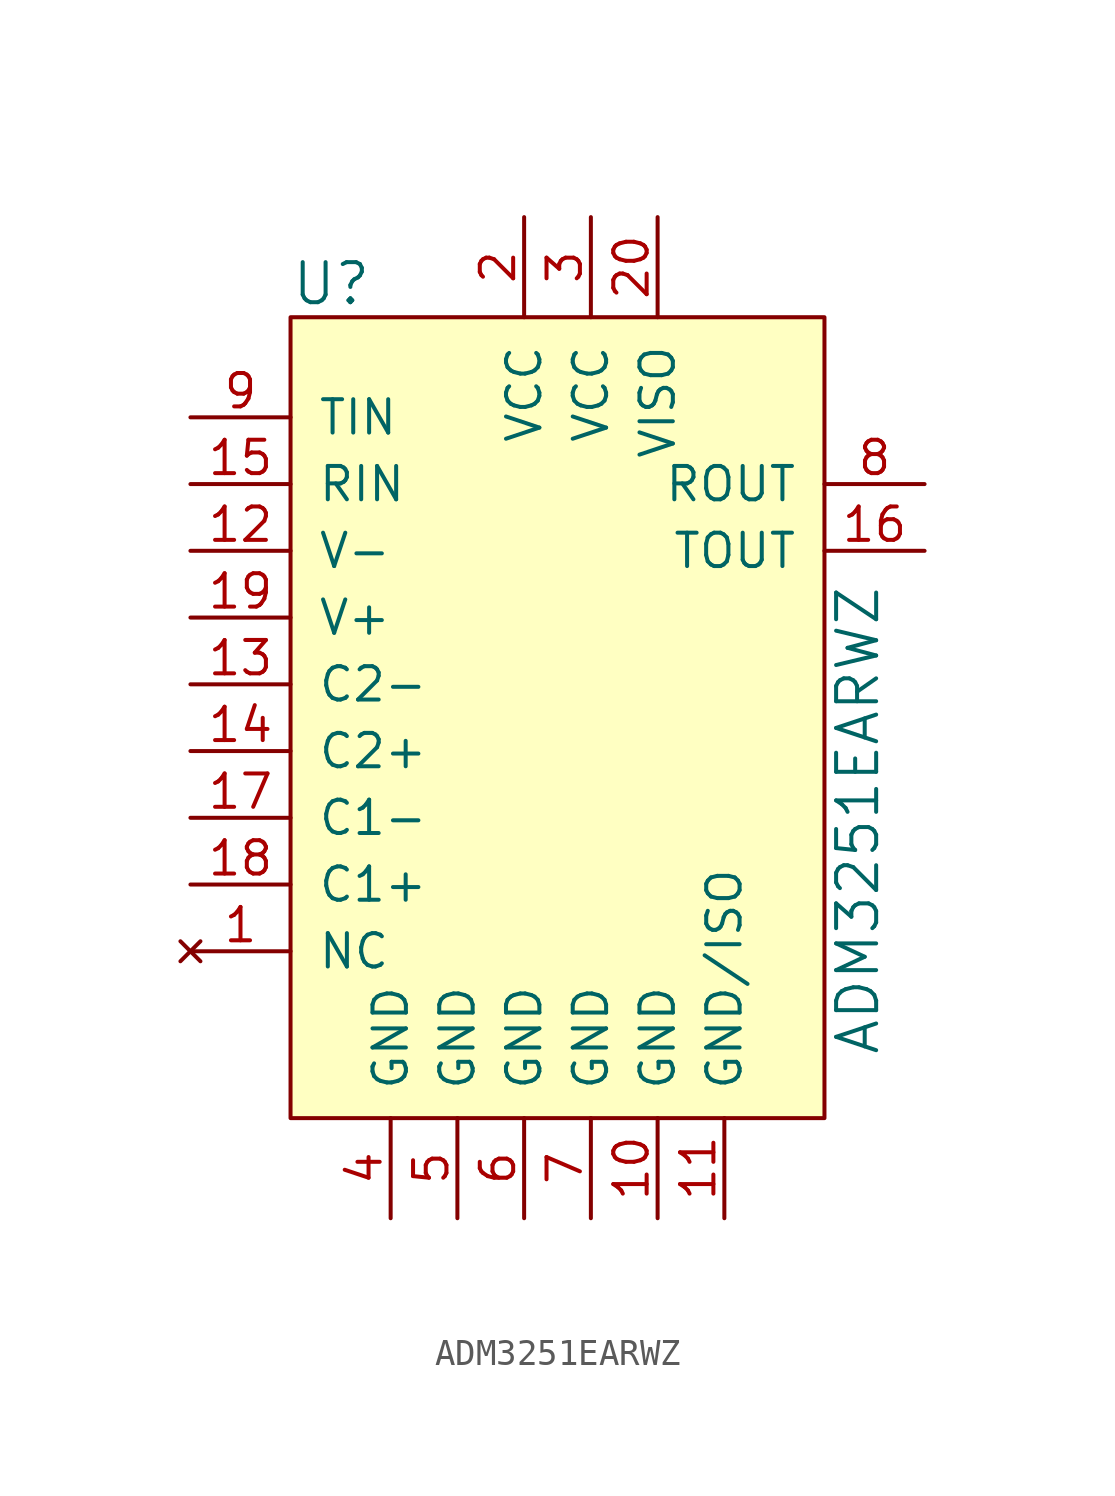
<source format=kicad_sym>
(kicad_symbol_lib
  (version 20211014)
  (generator kicad_symbol_editor)
  (symbol "ADM3251EARWZ"
    (pin_names
      (offset 1.016))
    (property "Reference" "U"
      (at -11.43 15.24 0)
      (effects (font (size 1.524 1.524)) (justify left)))
    (property "Value" "ADM3251EARWZ"
      (at 10.16 3.81 90)
      (effects (font (size 1.524 1.524)) (justify right)))
    (symbol "ADM3251EARWZ_0_1"
      (rectangle (start -11.43 13.97) (end 8.89 -16.51) (stroke (width 0) (type default) (color 0 0 0 0)) (fill (type background))))
    (symbol "ADM3251EARWZ_1_1"
      (pin no_connect line (at -15.24 -10.16 0) (length 3.81) (name "NC" (effects (font (size 1.27 1.27)))) (number "1" (effects (font (size 1.27 1.27)))))
      (pin power_in line (at 2.54 -20.32 90) (length 3.81) (name "GND" (effects (font (size 1.27 1.27)))) (number "10" (effects (font (size 1.27 1.27)))))
      (pin power_in line (at 5.08 -20.32 90) (length 3.81) (name "GND/ISO" (effects (font (size 1.27 1.27)))) (number "11" (effects (font (size 1.27 1.27)))))
      (pin passive line (at -15.24 5.08 0) (length 3.81) (name "V-" (effects (font (size 1.27 1.27)))) (number "12" (effects (font (size 1.27 1.27)))))
      (pin passive line (at -15.24 0 0) (length 3.81) (name "C2-" (effects (font (size 1.27 1.27)))) (number "13" (effects (font (size 1.27 1.27)))))
      (pin passive line (at -15.24 -2.54 0) (length 3.81) (name "C2+" (effects (font (size 1.27 1.27)))) (number "14" (effects (font (size 1.27 1.27)))))
      (pin bidirectional line (at -15.24 7.62 0) (length 3.81) (name "RIN" (effects (font (size 1.27 1.27)))) (number "15" (effects (font (size 1.27 1.27)))))
      (pin output line (at 12.7 5.08 180) (length 3.81) (name "TOUT" (effects (font (size 1.27 1.27)))) (number "16" (effects (font (size 1.27 1.27)))))
      (pin passive line (at -15.24 -5.08 0) (length 3.81) (name "C1-" (effects (font (size 1.27 1.27)))) (number "17" (effects (font (size 1.27 1.27)))))
      (pin passive line (at -15.24 -7.62 0) (length 3.81) (name "C1+" (effects (font (size 1.27 1.27)))) (number "18" (effects (font (size 1.27 1.27)))))
      (pin unspecified line (at -15.24 2.54 0) (length 3.81) (name "V+" (effects (font (size 1.27 1.27)))) (number "19" (effects (font (size 1.27 1.27)))))
      (pin power_in line (at -2.54 17.78 270) (length 3.81) (name "VCC" (effects (font (size 1.27 1.27)))) (number "2" (effects (font (size 1.27 1.27)))))
      (pin power_in line (at 2.54 17.78 270) (length 3.81) (name "VISO" (effects (font (size 1.27 1.27)))) (number "20" (effects (font (size 1.27 1.27)))))
      (pin power_in line (at 0 17.78 270) (length 3.81) (name "VCC" (effects (font (size 1.27 1.27)))) (number "3" (effects (font (size 1.27 1.27)))))
      (pin power_in line (at -7.62 -20.32 90) (length 3.81) (name "GND" (effects (font (size 1.27 1.27)))) (number "4" (effects (font (size 1.27 1.27)))))
      (pin power_in line (at -5.08 -20.32 90) (length 3.81) (name "GND" (effects (font (size 1.27 1.27)))) (number "5" (effects (font (size 1.27 1.27)))))
      (pin power_in line (at -2.54 -20.32 90) (length 3.81) (name "GND" (effects (font (size 1.27 1.27)))) (number "6" (effects (font (size 1.27 1.27)))))
      (pin power_in line (at 0 -20.32 90) (length 3.81) (name "GND" (effects (font (size 1.27 1.27)))) (number "7" (effects (font (size 1.27 1.27)))))
      (pin output line (at 12.7 7.62 180) (length 3.81) (name "ROUT" (effects (font (size 1.27 1.27)))) (number "8" (effects (font (size 1.27 1.27)))))
      (pin bidirectional line (at -15.24 10.16 0) (length 3.81) (name "TIN" (effects (font (size 1.27 1.27)))) (number "9" (effects (font (size 1.27 1.27))))))))
</source>
